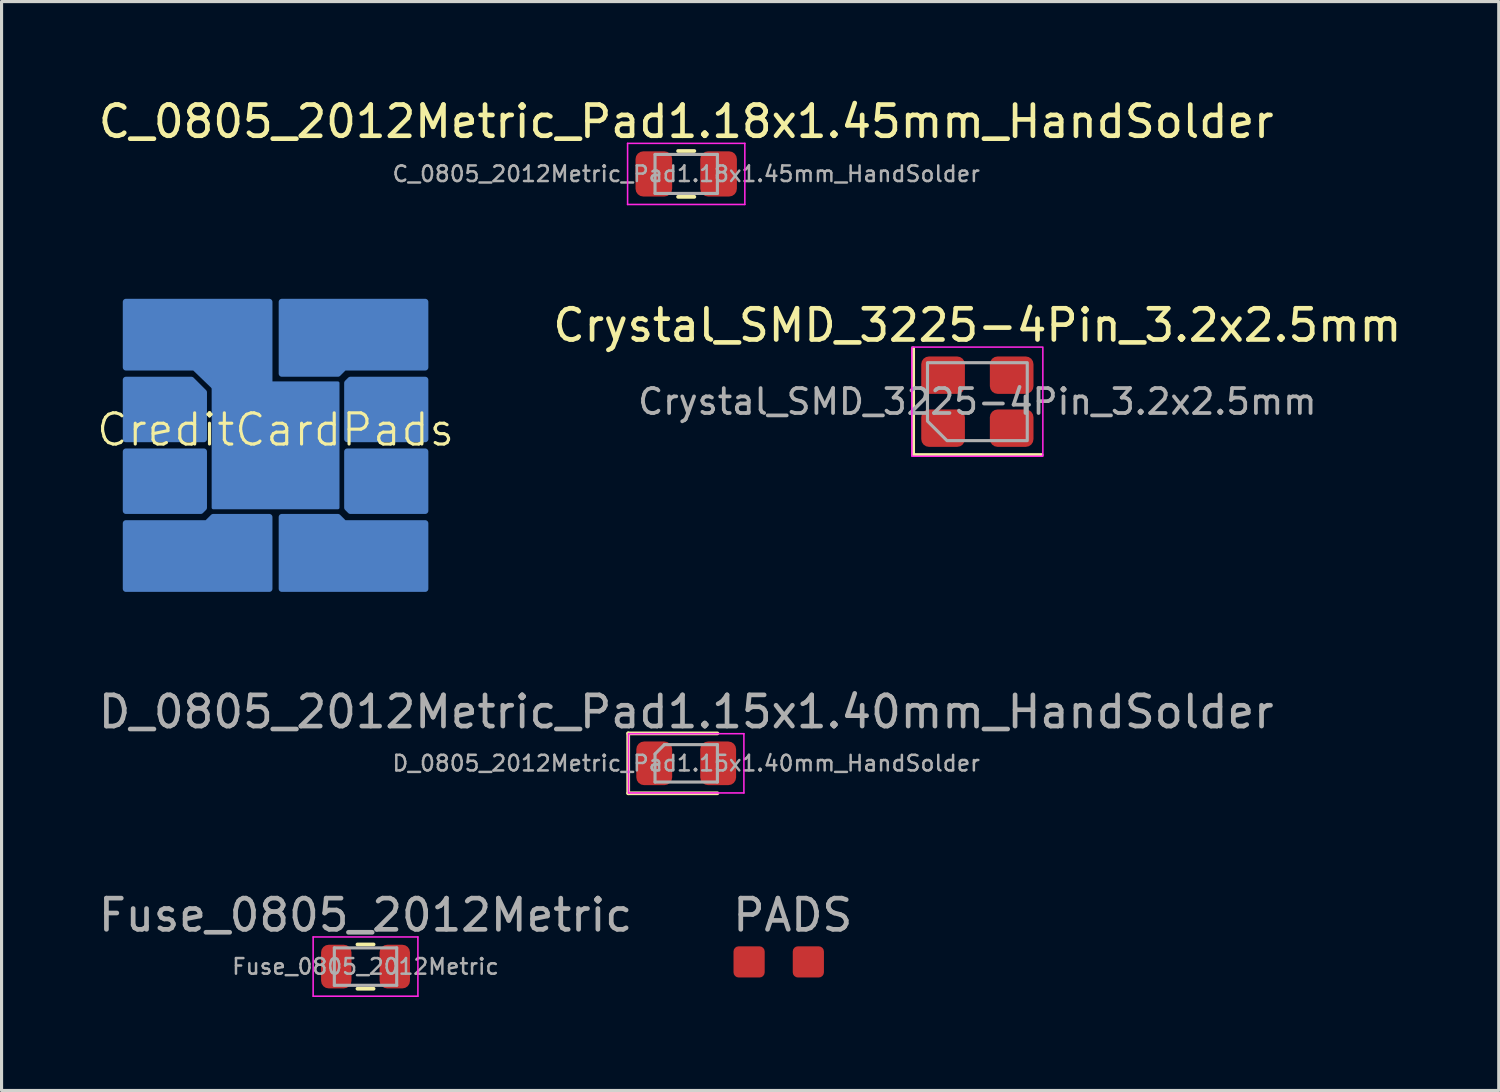
<source format=kicad_pcb>
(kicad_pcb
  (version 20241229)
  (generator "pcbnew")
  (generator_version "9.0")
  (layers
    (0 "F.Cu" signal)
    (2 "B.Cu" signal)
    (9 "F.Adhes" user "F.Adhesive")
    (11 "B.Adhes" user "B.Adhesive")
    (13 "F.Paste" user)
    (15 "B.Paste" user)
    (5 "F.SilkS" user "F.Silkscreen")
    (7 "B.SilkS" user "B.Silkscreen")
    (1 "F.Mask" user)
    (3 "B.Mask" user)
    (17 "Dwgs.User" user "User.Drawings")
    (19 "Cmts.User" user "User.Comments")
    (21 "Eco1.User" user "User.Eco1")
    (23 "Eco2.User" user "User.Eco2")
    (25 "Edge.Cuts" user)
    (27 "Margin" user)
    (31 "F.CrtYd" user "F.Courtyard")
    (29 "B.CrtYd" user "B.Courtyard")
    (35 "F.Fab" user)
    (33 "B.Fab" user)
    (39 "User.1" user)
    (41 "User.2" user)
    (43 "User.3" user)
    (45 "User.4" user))
  (footprint "PADS"
    (layer "F.Cu")
    (at 23.375 27.8)
    (property "Reference" "PADS" (at -1 -1.5 0) (layer "F.Fab") (effects (font (size 1 1) (thickness 0.15))))
    (attr through_hole)
    (pad "1" smd roundrect (at -2.4 0) (size 1 1) (layers "F.Cu" "F.Mask" "F.Paste") (roundrect_rratio 0.167))
    (pad "2" smd roundrect (at -0.5 0) (size 1 1) (layers "F.Cu" "F.Mask" "F.Paste") (roundrect_rratio 0.167)))
  (footprint "D_0805_2012Metric_Pad1.15x1.40mm_HandSolder"
    (layer "F.Cu")
    (at 18.958 21.431)
    (property "Reference" "D_0805_2012Metric_Pad1.15x1.40mm_HandSolder" (at 0 -1.65 0) (layer "F.Fab") (effects (font (size 1 1) (thickness 0.15))))
    (attr smd)
    (fp_line (start -1.86 -0.96) (end -1.86 0.96) (stroke (width 0.12) (type solid)) (layer "F.SilkS"))
    (fp_line (start -1.86 0.96) (end 1 0.96) (stroke (width 0.12) (type solid)) (layer "F.SilkS"))
    (fp_line (start 1 -0.96) (end -1.86 -0.96) (stroke (width 0.12) (type solid)) (layer "F.SilkS"))
    (fp_line (start -1.85 -0.95) (end 1.85 -0.95) (stroke (width 0.05) (type solid)) (layer "F.CrtYd"))
    (fp_line (start -1.85 0.95) (end -1.85 -0.95) (stroke (width 0.05) (type solid)) (layer "F.CrtYd"))
    (fp_line (start 1.85 -0.95) (end 1.85 0.95) (stroke (width 0.05) (type solid)) (layer "F.CrtYd"))
    (fp_line (start 1.85 0.95) (end -1.85 0.95) (stroke (width 0.05) (type solid)) (layer "F.CrtYd"))
    (fp_line (start -1 -0.3) (end -1 0.6) (stroke (width 0.1) (type solid)) (layer "F.Fab"))
    (fp_line (start -1 0.6) (end 1 0.6) (stroke (width 0.1) (type solid)) (layer "F.Fab"))
    (fp_line (start -0.7 -0.6) (end -1 -0.3) (stroke (width 0.1) (type solid)) (layer "F.Fab"))
    (fp_line (start 1 -0.6) (end -0.7 -0.6) (stroke (width 0.1) (type solid)) (layer "F.Fab"))
    (fp_line (start 1 0.6) (end 1 -0.6) (stroke (width 0.1) (type solid)) (layer "F.Fab"))
    (fp_text user "${REFERENCE}" (at 0 0 0) (layer "F.Fab") (effects (font (size 0.5 0.5) (thickness 0.08))))
    (pad "1" smd roundrect (at -1.025 0) (size 1.15 1.4) (layers "F.Cu" "F.Mask" "F.Paste") (roundrect_rratio 0.217))
    (pad "2" smd roundrect (at 1.025 0) (size 1.15 1.4) (layers "F.Cu" "F.Mask" "F.Paste") (roundrect_rratio 0.217)))
  (footprint "Fuse_0805_2012Metric"
    (layer "F.Cu")
    (at 8.673 27.95)
    (property "Reference" "Fuse_0805_2012Metric" (at 0 -1.65 180) (layer "F.Fab") (effects (font (size 1 1) (thickness 0.15))))
    (attr smd)
    (fp_line (start -0.259 -0.71) (end 0.259 -0.71) (stroke (width 0.12) (type solid)) (layer "F.SilkS"))
    (fp_line (start -0.259 0.71) (end 0.259 0.71) (stroke (width 0.12) (type solid)) (layer "F.SilkS"))
    (fp_line (start -1.68 -0.95) (end 1.68 -0.95) (stroke (width 0.05) (type solid)) (layer "F.CrtYd"))
    (fp_line (start -1.68 0.95) (end -1.68 -0.95) (stroke (width 0.05) (type solid)) (layer "F.CrtYd"))
    (fp_line (start 1.68 -0.95) (end 1.68 0.95) (stroke (width 0.05) (type solid)) (layer "F.CrtYd"))
    (fp_line (start 1.68 0.95) (end -1.68 0.95) (stroke (width 0.05) (type solid)) (layer "F.CrtYd"))
    (fp_line (start -1 -0.6) (end 1 -0.6) (stroke (width 0.1) (type solid)) (layer "F.Fab"))
    (fp_line (start -1 0.6) (end -1 -0.6) (stroke (width 0.1) (type solid)) (layer "F.Fab"))
    (fp_line (start 1 -0.6) (end 1 0.6) (stroke (width 0.1) (type solid)) (layer "F.Fab"))
    (fp_line (start 1 0.6) (end -1 0.6) (stroke (width 0.1) (type solid)) (layer "F.Fab"))
    (fp_text user "${REFERENCE}" (at 0 0 180) (layer "F.Fab") (effects (font (size 0.5 0.5) (thickness 0.08))))
    (pad "1" smd roundrect (at -0.938 0) (size 0.975 1.4) (layers "F.Cu" "F.Mask" "F.Paste") (roundrect_rratio 0.25))
    (pad "2" smd roundrect (at 0.938 0) (size 0.975 1.4) (layers "F.Cu" "F.Mask" "F.Paste") (roundrect_rratio 0.25)))
  (footprint "Crystal_SMD_3225-4Pin_3.2x2.5mm"
    (layer "F.Cu")
    (at 28.296 9.832)
    (property "Reference" "Crystal_SMD_3225-4Pin_3.2x2.5mm" (at 0 -2.45 0) (layer "F.SilkS") (effects (font (size 1 1) (thickness 0.15))))
    (attr smd)
    (fp_line (start -2.06 -1.71) (end -2.06 1.71) (stroke (width 0.12) (type solid)) (layer "F.SilkS"))
    (fp_line (start -2.06 1.71) (end 2.06 1.71) (stroke (width 0.12) (type solid)) (layer "F.SilkS"))
    (fp_rect (start -2.1 -1.75) (end 2.1 1.75) (stroke (width 0.05) (type solid)) (fill no) (layer "F.CrtYd"))
    (fp_poly (pts (xy -1.6 -1.25) (xy -1.6 0.625) (xy -0.975 1.25) (xy 1.6 1.25) (xy 1.6 -1.25)) (stroke (width 0.1) (type solid)) (fill no) (layer "F.Fab"))
    (fp_text user "${REFERENCE}" (at 0 0 0) (layer "F.Fab") (effects (font (size 0.8 0.8) (thickness 0.12))))
    (pad "1" smd roundrect (at -1.1 0.85) (size 1.4 1.2) (layers "F.Cu" "F.Mask" "F.Paste") (roundrect_rratio 0.208))
    (pad "2" smd roundrect (at 1.1 0.85) (size 1.4 1.2) (layers "F.Cu" "F.Mask" "F.Paste") (roundrect_rratio 0.208))
    (pad "3" smd roundrect (at 1.1 -0.85) (size 1.4 1.2) (layers "F.Cu" "F.Mask" "F.Paste") (roundrect_rratio 0.208))
    (pad "4" smd roundrect (at -1.1 -0.85) (size 1.4 1.2) (layers "F.Cu" "F.Mask" "F.Paste") (roundrect_rratio 0.208)))
  (footprint "C_0805_2012Metric_Pad1.18x1.45mm_HandSolder"
    (layer "F.Cu")
    (at 18.958 2.528)
    (property "Reference" "C_0805_2012Metric_Pad1.18x1.45mm_HandSolder" (at 0 -1.68 0) (layer "F.SilkS") (effects (font (size 1 1) (thickness 0.15))))
    (attr smd)
    (fp_line (start -0.261 -0.735) (end 0.261 -0.735) (stroke (width 0.12) (type solid)) (layer "F.SilkS"))
    (fp_line (start -0.261 0.735) (end 0.261 0.735) (stroke (width 0.12) (type solid)) (layer "F.SilkS"))
    (fp_line (start -1.88 -0.98) (end 1.88 -0.98) (stroke (width 0.05) (type solid)) (layer "F.CrtYd"))
    (fp_line (start -1.88 0.98) (end -1.88 -0.98) (stroke (width 0.05) (type solid)) (layer "F.CrtYd"))
    (fp_line (start 1.88 -0.98) (end 1.88 0.98) (stroke (width 0.05) (type solid)) (layer "F.CrtYd"))
    (fp_line (start 1.88 0.98) (end -1.88 0.98) (stroke (width 0.05) (type solid)) (layer "F.CrtYd"))
    (fp_line (start -1 -0.625) (end 1 -0.625) (stroke (width 0.1) (type solid)) (layer "F.Fab"))
    (fp_line (start -1 0.625) (end -1 -0.625) (stroke (width 0.1) (type solid)) (layer "F.Fab"))
    (fp_line (start 1 -0.625) (end 1 0.625) (stroke (width 0.1) (type solid)) (layer "F.Fab"))
    (fp_line (start 1 0.625) (end -1 0.625) (stroke (width 0.1) (type solid)) (layer "F.Fab"))
    (fp_text user "${REFERENCE}" (at 0 0 0) (layer "F.Fab") (effects (font (size 0.5 0.5) (thickness 0.08))))
    (pad "1" smd roundrect (at -1.038 0) (size 1.175 1.45) (layers "F.Cu" "F.Mask" "F.Paste") (roundrect_rratio 0.213))
    (pad "2" smd roundrect (at 1.038 0) (size 1.175 1.45) (layers "F.Cu" "F.Mask" "F.Paste") (roundrect_rratio 0.213)))
  (footprint "CreditCardPads"
    (layer "F.Cu")
    (at 5.788 11.233)
    (property "Reference" "CreditCardPads" (at 0 -0.5 0) (unlocked yes) (layer "F.SilkS") (effects (font (size 1 1) (thickness 0.1))))
    (attr smd)
    (fp_rect (start 2 -2) (end -2 2) (stroke (width 0.1) (type default)) (fill yes) (layer "B.Cu"))
    (fp_poly (pts (xy -2.3 -1.7) (xy -2.7 -2.1) (xy -4.8 -2.1) (xy -4.8 -0.2) (xy -2.3 -0.2)) (stroke (width 0.2) (type solid)) (fill yes) (layer "B.Cu"))
    (fp_poly (pts (xy -2.3 2) (xy -2.4 2.1) (xy -4.8 2.1) (xy -4.8 0.2) (xy -2.3 0.2)) (stroke (width 0.2) (type solid)) (fill yes) (layer "B.Cu"))
    (fp_poly (pts (xy -0.2 -0.192) (xy -0.2 -4.6) (xy -4.8 -4.6) (xy -4.8 -2.5) (xy -2.6 -2.5)) (stroke (width 0.2) (type solid)) (fill yes) (layer "B.Cu"))
    (fp_poly (pts (xy 2.3 -2) (xy 2.4 -2.1) (xy 4.8 -2.1) (xy 4.8 -0.2) (xy 2.3 -0.2)) (stroke (width 0.2) (type solid)) (fill yes) (layer "B.Cu"))
    (fp_poly (pts (xy 2.3 2) (xy 2.4 2.1) (xy 4.8 2.1) (xy 4.8 0.2) (xy 2.3 0.2)) (stroke (width 0.2) (type solid)) (fill yes) (layer "B.Cu"))
    (fp_poly (pts (xy -0.2 2.3) (xy -2 2.3) (xy -2.2 2.5) (xy -4.8 2.5) (xy -4.8 4.6) (xy -0.2 4.6)) (stroke (width 0.2) (type solid)) (fill yes) (layer "B.Cu"))
    (fp_poly (pts (xy 0.2 -2.3) (xy 2 -2.3) (xy 2.2 -2.5) (xy 4.8 -2.5) (xy 4.8 -4.6) (xy 0.2 -4.6)) (stroke (width 0.2) (type solid)) (fill yes) (layer "B.Cu"))
    (fp_poly (pts (xy 0.2 2.3) (xy 2 2.3) (xy 2.2 2.5) (xy 4.8 2.5) (xy 4.8 4.6) (xy 0.2 4.6)) (stroke (width 0.2) (type solid)) (fill yes) (layer "B.Cu"))
    (fp_rect (start 2 -2) (end -2 2) (stroke (width 0.1) (type default)) (fill yes) (layer "B.Mask"))
    (fp_poly (pts (xy -2.3 -1.7) (xy -2.7 -2.1) (xy -4.8 -2.1) (xy -4.8 -0.2) (xy -2.3 -0.2)) (stroke (width 0.2) (type solid)) (fill yes) (layer "B.Mask"))
    (fp_poly (pts (xy -2.3 2) (xy -2.4 2.1) (xy -4.8 2.1) (xy -4.8 0.2) (xy -2.3 0.2)) (stroke (width 0.2) (type solid)) (fill yes) (layer "B.Mask"))
    (fp_poly (pts (xy -0.2 -0.192) (xy -0.2 -4.6) (xy -4.8 -4.6) (xy -4.8 -2.5) (xy -2.6 -2.5)) (stroke (width 0.2) (type solid)) (fill yes) (layer "B.Mask"))
    (fp_poly (pts (xy 2.3 -2) (xy 2.4 -2.1) (xy 4.8 -2.1) (xy 4.8 -0.2) (xy 2.3 -0.2)) (stroke (width 0.2) (type solid)) (fill yes) (layer "B.Mask"))
    (fp_poly (pts (xy 2.3 2) (xy 2.4 2.1) (xy 4.8 2.1) (xy 4.8 0.2) (xy 2.3 0.2)) (stroke (width 0.2) (type solid)) (fill yes) (layer "B.Mask"))
    (fp_poly (pts (xy -0.2 2.3) (xy -2 2.3) (xy -2.2 2.5) (xy -4.8 2.5) (xy -4.8 4.6) (xy -0.2 4.6)) (stroke (width 0.2) (type solid)) (fill yes) (layer "B.Mask"))
    (fp_poly (pts (xy 0.2 -2.3) (xy 2 -2.3) (xy 2.2 -2.5) (xy 4.8 -2.5) (xy 4.8 -4.6) (xy 0.2 -4.6)) (stroke (width 0.2) (type solid)) (fill yes) (layer "B.Mask"))
    (fp_poly (pts (xy 0.2 2.3) (xy 2 2.3) (xy 2.2 2.5) (xy 4.8 2.5) (xy 4.8 4.6) (xy 0.2 4.6)) (stroke (width 0.2) (type solid)) (fill yes) (layer "B.Mask"))
    (fp_rect (start 2 -2) (end -2 2) (stroke (width 0.1) (type default)) (fill yes) (layer "B.Paste"))
    (fp_poly (pts (xy -2.3 -1.7) (xy -2.7 -2.1) (xy -4.8 -2.1) (xy -4.8 -0.2) (xy -2.3 -0.2)) (stroke (width 0.2) (type solid)) (fill yes) (layer "B.Paste"))
    (fp_poly (pts (xy -2.3 2) (xy -2.4 2.1) (xy -4.8 2.1) (xy -4.8 0.2) (xy -2.3 0.2)) (stroke (width 0.2) (type solid)) (fill yes) (layer "B.Paste"))
    (fp_poly (pts (xy -0.2 -0.192) (xy -0.2 -4.6) (xy -4.8 -4.6) (xy -4.8 -2.5) (xy -2.6 -2.5)) (stroke (width 0.2) (type solid)) (fill yes) (layer "B.Paste"))
    (fp_poly (pts (xy 2.3 -2) (xy 2.4 -2.1) (xy 4.8 -2.1) (xy 4.8 -0.2) (xy 2.3 -0.2)) (stroke (width 0.2) (type solid)) (fill yes) (layer "B.Paste"))
    (fp_poly (pts (xy 2.3 2) (xy 2.4 2.1) (xy 4.8 2.1) (xy 4.8 0.2) (xy 2.3 0.2)) (stroke (width 0.2) (type solid)) (fill yes) (layer "B.Paste"))
    (fp_poly (pts (xy -0.2 2.3) (xy -2 2.3) (xy -2.2 2.5) (xy -4.8 2.5) (xy -4.8 4.6) (xy -0.2 4.6)) (stroke (width 0.2) (type solid)) (fill yes) (layer "B.Paste"))
    (fp_poly (pts (xy 0.2 -2.3) (xy 2 -2.3) (xy 2.2 -2.5) (xy 4.8 -2.5) (xy 4.8 -4.6) (xy 0.2 -4.6)) (stroke (width 0.2) (type solid)) (fill yes) (layer "B.Paste"))
    (fp_poly (pts (xy 0.2 2.3) (xy 2 2.3) (xy 2.2 2.5) (xy 4.8 2.5) (xy 4.8 4.6) (xy 0.2 4.6)) (stroke (width 0.2) (type solid)) (fill yes) (layer "B.Paste")))
  (gr_rect
    (start -3 -3)
    (end 45.017 31.925)
    (stroke (width 0.1) (type default))
    (fill no)
    (layer "Edge.Cuts")))
</source>
